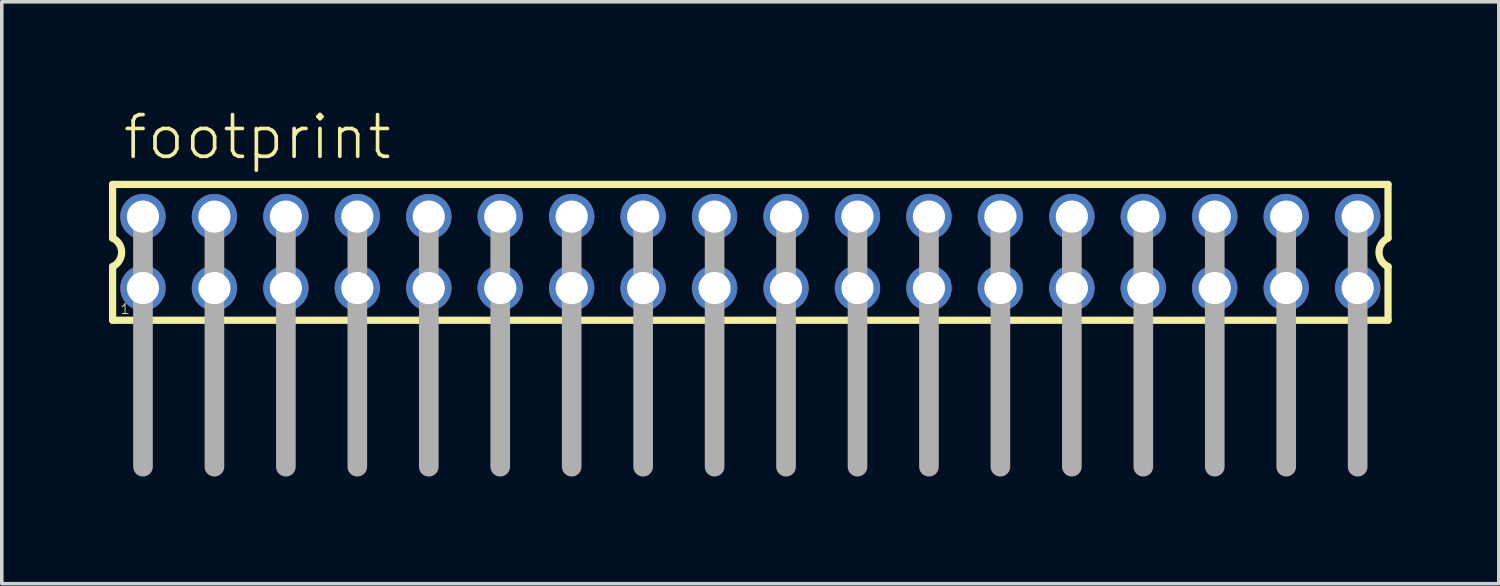
<source format=kicad_pcb>
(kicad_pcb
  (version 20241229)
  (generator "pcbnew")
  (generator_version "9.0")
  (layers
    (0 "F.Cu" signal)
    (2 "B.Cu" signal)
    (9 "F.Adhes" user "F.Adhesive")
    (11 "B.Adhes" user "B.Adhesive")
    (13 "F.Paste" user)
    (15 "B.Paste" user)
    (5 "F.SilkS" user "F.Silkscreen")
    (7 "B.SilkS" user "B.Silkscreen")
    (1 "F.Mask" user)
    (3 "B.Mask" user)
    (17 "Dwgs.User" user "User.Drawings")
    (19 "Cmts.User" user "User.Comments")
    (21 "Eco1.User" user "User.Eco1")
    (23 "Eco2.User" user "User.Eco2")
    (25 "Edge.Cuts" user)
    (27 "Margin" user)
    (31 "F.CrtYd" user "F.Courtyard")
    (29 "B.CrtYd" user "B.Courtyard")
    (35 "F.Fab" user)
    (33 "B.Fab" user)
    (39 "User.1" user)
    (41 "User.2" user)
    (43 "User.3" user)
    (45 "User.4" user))
  (footprint "footprint"
    (layer "F.Cu")
    (at 17.952 4.013)
    (property "Reference" "footprint" (at -17.62 -2.54 0) (layer "F.SilkS") (effects (font (size 1.168 1.168) (thickness 0.102)) (justify left bottom)))
    (fp_line (start -17.85 -1.9) (end -17.85 -0.4) (stroke (width 0.203) (type solid)) (layer "F.SilkS"))
    (fp_line (start -17.85 0.4) (end -17.85 1.9) (stroke (width 0.203) (type solid)) (layer "F.SilkS"))
    (fp_line (start -17.85 1.9) (end 17.85 1.9) (stroke (width 0.203) (type solid)) (layer "F.SilkS"))
    (fp_line (start 17.85 -1.9) (end -17.85 -1.9) (stroke (width 0.203) (type solid)) (layer "F.SilkS"))
    (fp_line (start 17.85 -0.4) (end 17.85 -1.9) (stroke (width 0.203) (type solid)) (layer "F.SilkS"))
    (fp_line (start 17.85 1.9) (end 17.85 0.4) (stroke (width 0.203) (type solid)) (layer "F.SilkS"))
    (fp_arc (start -17.85 -0.4) (mid -17.597167 0) (end -17.85 0.4) (stroke (width 0.2032) (type solid)) (layer "F.SilkS"))
    (fp_arc (start 17.85 0.4) (mid 17.597167 0) (end 17.85 -0.4) (stroke (width 0.2032) (type solid)) (layer "F.SilkS"))
    (fp_line (start -17 -1) (end -17 6) (stroke (width 0.55) (type solid)) (layer "F.Fab"))
    (fp_line (start -15 -1) (end -15 6) (stroke (width 0.55) (type solid)) (layer "F.Fab"))
    (fp_line (start -13 -1) (end -13 6) (stroke (width 0.55) (type solid)) (layer "F.Fab"))
    (fp_line (start -11 -1) (end -11 6) (stroke (width 0.55) (type solid)) (layer "F.Fab"))
    (fp_line (start -9 -1) (end -9 6) (stroke (width 0.55) (type solid)) (layer "F.Fab"))
    (fp_line (start -7 -1) (end -7 6) (stroke (width 0.55) (type solid)) (layer "F.Fab"))
    (fp_line (start -5 -1) (end -5 6) (stroke (width 0.55) (type solid)) (layer "F.Fab"))
    (fp_line (start -3 -1) (end -3 6) (stroke (width 0.55) (type solid)) (layer "F.Fab"))
    (fp_line (start -1 -1) (end -1 6) (stroke (width 0.55) (type solid)) (layer "F.Fab"))
    (fp_line (start 1 -1) (end 1 6) (stroke (width 0.55) (type solid)) (layer "F.Fab"))
    (fp_line (start 3 -1) (end 3 6) (stroke (width 0.55) (type solid)) (layer "F.Fab"))
    (fp_line (start 5 -1) (end 5 6) (stroke (width 0.55) (type solid)) (layer "F.Fab"))
    (fp_line (start 7 -1) (end 7 6) (stroke (width 0.55) (type solid)) (layer "F.Fab"))
    (fp_line (start 9 -1) (end 9 6) (stroke (width 0.55) (type solid)) (layer "F.Fab"))
    (fp_line (start 11 -1) (end 11 6) (stroke (width 0.55) (type solid)) (layer "F.Fab"))
    (fp_line (start 13 -1) (end 13 6) (stroke (width 0.55) (type solid)) (layer "F.Fab"))
    (fp_line (start 15 -1) (end 15 6) (stroke (width 0.55) (type solid)) (layer "F.Fab"))
    (fp_line (start 17 -1) (end 17 6) (stroke (width 0.55) (type solid)) (layer "F.Fab"))
    (fp_poly (pts (xy -17.25 -0.75) (xy -16.75 -0.75) (xy -16.75 -1.25) (xy -17.25 -1.25)) (stroke (width 0.1) (type solid)) (fill no) (layer "F.Fab"))
    (fp_poly (pts (xy -17.25 1.25) (xy -16.75 1.25) (xy -16.75 0.75) (xy -17.25 0.75)) (stroke (width 0.1) (type solid)) (fill no) (layer "F.Fab"))
    (fp_poly (pts (xy -15.25 -0.75) (xy -14.75 -0.75) (xy -14.75 -1.25) (xy -15.25 -1.25)) (stroke (width 0.1) (type solid)) (fill no) (layer "F.Fab"))
    (fp_poly (pts (xy -15.25 1.25) (xy -14.75 1.25) (xy -14.75 0.75) (xy -15.25 0.75)) (stroke (width 0.1) (type solid)) (fill no) (layer "F.Fab"))
    (fp_poly (pts (xy -13.25 -0.75) (xy -12.75 -0.75) (xy -12.75 -1.25) (xy -13.25 -1.25)) (stroke (width 0.1) (type solid)) (fill no) (layer "F.Fab"))
    (fp_poly (pts (xy -13.25 1.25) (xy -12.75 1.25) (xy -12.75 0.75) (xy -13.25 0.75)) (stroke (width 0.1) (type solid)) (fill no) (layer "F.Fab"))
    (fp_poly (pts (xy -11.25 -0.75) (xy -10.75 -0.75) (xy -10.75 -1.25) (xy -11.25 -1.25)) (stroke (width 0.1) (type solid)) (fill no) (layer "F.Fab"))
    (fp_poly (pts (xy -11.25 1.25) (xy -10.75 1.25) (xy -10.75 0.75) (xy -11.25 0.75)) (stroke (width 0.1) (type solid)) (fill no) (layer "F.Fab"))
    (fp_poly (pts (xy -9.25 -0.75) (xy -8.75 -0.75) (xy -8.75 -1.25) (xy -9.25 -1.25)) (stroke (width 0.1) (type solid)) (fill no) (layer "F.Fab"))
    (fp_poly (pts (xy -9.25 1.25) (xy -8.75 1.25) (xy -8.75 0.75) (xy -9.25 0.75)) (stroke (width 0.1) (type solid)) (fill no) (layer "F.Fab"))
    (fp_poly (pts (xy -7.25 -0.75) (xy -6.75 -0.75) (xy -6.75 -1.25) (xy -7.25 -1.25)) (stroke (width 0.1) (type solid)) (fill no) (layer "F.Fab"))
    (fp_poly (pts (xy -7.25 1.25) (xy -6.75 1.25) (xy -6.75 0.75) (xy -7.25 0.75)) (stroke (width 0.1) (type solid)) (fill no) (layer "F.Fab"))
    (fp_poly (pts (xy -5.25 -0.75) (xy -4.75 -0.75) (xy -4.75 -1.25) (xy -5.25 -1.25)) (stroke (width 0.1) (type solid)) (fill no) (layer "F.Fab"))
    (fp_poly (pts (xy -5.25 1.25) (xy -4.75 1.25) (xy -4.75 0.75) (xy -5.25 0.75)) (stroke (width 0.1) (type solid)) (fill no) (layer "F.Fab"))
    (fp_poly (pts (xy -3.25 -0.75) (xy -2.75 -0.75) (xy -2.75 -1.25) (xy -3.25 -1.25)) (stroke (width 0.1) (type solid)) (fill no) (layer "F.Fab"))
    (fp_poly (pts (xy -3.25 1.25) (xy -2.75 1.25) (xy -2.75 0.75) (xy -3.25 0.75)) (stroke (width 0.1) (type solid)) (fill no) (layer "F.Fab"))
    (fp_poly (pts (xy -1.25 -0.75) (xy -0.75 -0.75) (xy -0.75 -1.25) (xy -1.25 -1.25)) (stroke (width 0.1) (type solid)) (fill no) (layer "F.Fab"))
    (fp_poly (pts (xy -1.25 1.25) (xy -0.75 1.25) (xy -0.75 0.75) (xy -1.25 0.75)) (stroke (width 0.1) (type solid)) (fill no) (layer "F.Fab"))
    (fp_poly (pts (xy 0.75 -0.75) (xy 1.25 -0.75) (xy 1.25 -1.25) (xy 0.75 -1.25)) (stroke (width 0.1) (type solid)) (fill no) (layer "F.Fab"))
    (fp_poly (pts (xy 0.75 1.25) (xy 1.25 1.25) (xy 1.25 0.75) (xy 0.75 0.75)) (stroke (width 0.1) (type solid)) (fill no) (layer "F.Fab"))
    (fp_poly (pts (xy 2.75 -0.75) (xy 3.25 -0.75) (xy 3.25 -1.25) (xy 2.75 -1.25)) (stroke (width 0.1) (type solid)) (fill no) (layer "F.Fab"))
    (fp_poly (pts (xy 2.75 1.25) (xy 3.25 1.25) (xy 3.25 0.75) (xy 2.75 0.75)) (stroke (width 0.1) (type solid)) (fill no) (layer "F.Fab"))
    (fp_poly (pts (xy 4.75 -0.75) (xy 5.25 -0.75) (xy 5.25 -1.25) (xy 4.75 -1.25)) (stroke (width 0.1) (type solid)) (fill no) (layer "F.Fab"))
    (fp_poly (pts (xy 4.75 1.25) (xy 5.25 1.25) (xy 5.25 0.75) (xy 4.75 0.75)) (stroke (width 0.1) (type solid)) (fill no) (layer "F.Fab"))
    (fp_poly (pts (xy 6.75 -0.75) (xy 7.25 -0.75) (xy 7.25 -1.25) (xy 6.75 -1.25)) (stroke (width 0.1) (type solid)) (fill no) (layer "F.Fab"))
    (fp_poly (pts (xy 6.75 1.25) (xy 7.25 1.25) (xy 7.25 0.75) (xy 6.75 0.75)) (stroke (width 0.1) (type solid)) (fill no) (layer "F.Fab"))
    (fp_poly (pts (xy 8.75 -0.75) (xy 9.25 -0.75) (xy 9.25 -1.25) (xy 8.75 -1.25)) (stroke (width 0.1) (type solid)) (fill no) (layer "F.Fab"))
    (fp_poly (pts (xy 8.75 1.25) (xy 9.25 1.25) (xy 9.25 0.75) (xy 8.75 0.75)) (stroke (width 0.1) (type solid)) (fill no) (layer "F.Fab"))
    (fp_poly (pts (xy 10.75 -0.75) (xy 11.25 -0.75) (xy 11.25 -1.25) (xy 10.75 -1.25)) (stroke (width 0.1) (type solid)) (fill no) (layer "F.Fab"))
    (fp_poly (pts (xy 10.75 1.25) (xy 11.25 1.25) (xy 11.25 0.75) (xy 10.75 0.75)) (stroke (width 0.1) (type solid)) (fill no) (layer "F.Fab"))
    (fp_poly (pts (xy 12.75 -0.75) (xy 13.25 -0.75) (xy 13.25 -1.25) (xy 12.75 -1.25)) (stroke (width 0.1) (type solid)) (fill no) (layer "F.Fab"))
    (fp_poly (pts (xy 12.75 1.25) (xy 13.25 1.25) (xy 13.25 0.75) (xy 12.75 0.75)) (stroke (width 0.1) (type solid)) (fill no) (layer "F.Fab"))
    (fp_poly (pts (xy 14.75 -0.75) (xy 15.25 -0.75) (xy 15.25 -1.25) (xy 14.75 -1.25)) (stroke (width 0.1) (type solid)) (fill no) (layer "F.Fab"))
    (fp_poly (pts (xy 14.75 1.25) (xy 15.25 1.25) (xy 15.25 0.75) (xy 14.75 0.75)) (stroke (width 0.1) (type solid)) (fill no) (layer "F.Fab"))
    (fp_poly (pts (xy 16.75 -0.75) (xy 17.25 -0.75) (xy 17.25 -1.25) (xy 16.75 -1.25)) (stroke (width 0.1) (type solid)) (fill no) (layer "F.Fab"))
    (fp_poly (pts (xy 16.75 1.25) (xy 17.25 1.25) (xy 17.25 0.75) (xy 16.75 0.75)) (stroke (width 0.1) (type solid)) (fill no) (layer "F.Fab"))
    (fp_text user "1" (at -17.65 1.75 0) (layer "F.SilkS") (effects (font (size 0.28 0.28) (thickness 0.024)) (justify left bottom)))
    (pad "1" thru_hole circle (at -17 1) (size 1.27 1.27) (drill 0.9) (layers "*.Cu" "*.Mask"))
    (pad "2" thru_hole circle (at -17 -1) (size 1.27 1.27) (drill 0.9) (layers "*.Cu" "*.Mask"))
    (pad "3" thru_hole circle (at -15 1) (size 1.27 1.27) (drill 0.9) (layers "*.Cu" "*.Mask"))
    (pad "4" thru_hole circle (at -15 -1) (size 1.27 1.27) (drill 0.9) (layers "*.Cu" "*.Mask"))
    (pad "5" thru_hole circle (at -13 1) (size 1.27 1.27) (drill 0.9) (layers "*.Cu" "*.Mask"))
    (pad "6" thru_hole circle (at -13 -1) (size 1.27 1.27) (drill 0.9) (layers "*.Cu" "*.Mask"))
    (pad "7" thru_hole circle (at -11 1) (size 1.27 1.27) (drill 0.9) (layers "*.Cu" "*.Mask"))
    (pad "8" thru_hole circle (at -11 -1) (size 1.27 1.27) (drill 0.9) (layers "*.Cu" "*.Mask"))
    (pad "9" thru_hole circle (at -9 1) (size 1.27 1.27) (drill 0.9) (layers "*.Cu" "*.Mask"))
    (pad "10" thru_hole circle (at -9 -1) (size 1.27 1.27) (drill 0.9) (layers "*.Cu" "*.Mask"))
    (pad "11" thru_hole circle (at -7 1) (size 1.27 1.27) (drill 0.9) (layers "*.Cu" "*.Mask"))
    (pad "12" thru_hole circle (at -7 -1) (size 1.27 1.27) (drill 0.9) (layers "*.Cu" "*.Mask"))
    (pad "13" thru_hole circle (at -5 1) (size 1.27 1.27) (drill 0.9) (layers "*.Cu" "*.Mask"))
    (pad "14" thru_hole circle (at -5 -1) (size 1.27 1.27) (drill 0.9) (layers "*.Cu" "*.Mask"))
    (pad "15" thru_hole circle (at -3 1) (size 1.27 1.27) (drill 0.9) (layers "*.Cu" "*.Mask"))
    (pad "16" thru_hole circle (at -3 -1) (size 1.27 1.27) (drill 0.9) (layers "*.Cu" "*.Mask"))
    (pad "17" thru_hole circle (at -1 1) (size 1.27 1.27) (drill 0.9) (layers "*.Cu" "*.Mask"))
    (pad "18" thru_hole circle (at -1 -1) (size 1.27 1.27) (drill 0.9) (layers "*.Cu" "*.Mask"))
    (pad "19" thru_hole circle (at 1 1) (size 1.27 1.27) (drill 0.9) (layers "*.Cu" "*.Mask"))
    (pad "20" thru_hole circle (at 1 -1) (size 1.27 1.27) (drill 0.9) (layers "*.Cu" "*.Mask"))
    (pad "21" thru_hole circle (at 3 1) (size 1.27 1.27) (drill 0.9) (layers "*.Cu" "*.Mask"))
    (pad "22" thru_hole circle (at 3 -1) (size 1.27 1.27) (drill 0.9) (layers "*.Cu" "*.Mask"))
    (pad "23" thru_hole circle (at 5 1) (size 1.27 1.27) (drill 0.9) (layers "*.Cu" "*.Mask"))
    (pad "24" thru_hole circle (at 5 -1) (size 1.27 1.27) (drill 0.9) (layers "*.Cu" "*.Mask"))
    (pad "25" thru_hole circle (at 7 1) (size 1.27 1.27) (drill 0.9) (layers "*.Cu" "*.Mask"))
    (pad "26" thru_hole circle (at 7 -1) (size 1.27 1.27) (drill 0.9) (layers "*.Cu" "*.Mask"))
    (pad "27" thru_hole circle (at 9 1) (size 1.27 1.27) (drill 0.9) (layers "*.Cu" "*.Mask"))
    (pad "28" thru_hole circle (at 9 -1) (size 1.27 1.27) (drill 0.9) (layers "*.Cu" "*.Mask"))
    (pad "29" thru_hole circle (at 11 1) (size 1.27 1.27) (drill 0.9) (layers "*.Cu" "*.Mask"))
    (pad "30" thru_hole circle (at 11 -1) (size 1.27 1.27) (drill 0.9) (layers "*.Cu" "*.Mask"))
    (pad "31" thru_hole circle (at 13 1) (size 1.27 1.27) (drill 0.9) (layers "*.Cu" "*.Mask"))
    (pad "32" thru_hole circle (at 13 -1) (size 1.27 1.27) (drill 0.9) (layers "*.Cu" "*.Mask"))
    (pad "33" thru_hole circle (at 15 1) (size 1.27 1.27) (drill 0.9) (layers "*.Cu" "*.Mask"))
    (pad "34" thru_hole circle (at 15 -1) (size 1.27 1.27) (drill 0.9) (layers "*.Cu" "*.Mask"))
    (pad "35" thru_hole circle (at 17 1) (size 1.27 1.27) (drill 0.9) (layers "*.Cu" "*.Mask"))
    (pad "36" thru_hole circle (at 17 -1) (size 1.27 1.27) (drill 0.9) (layers "*.Cu" "*.Mask")))
  (gr_rect
    (start -3 -3)
    (end 38.903 13.288)
    (stroke (width 0.1) (type default))
    (fill no)
    (layer "Edge.Cuts")))
</source>
